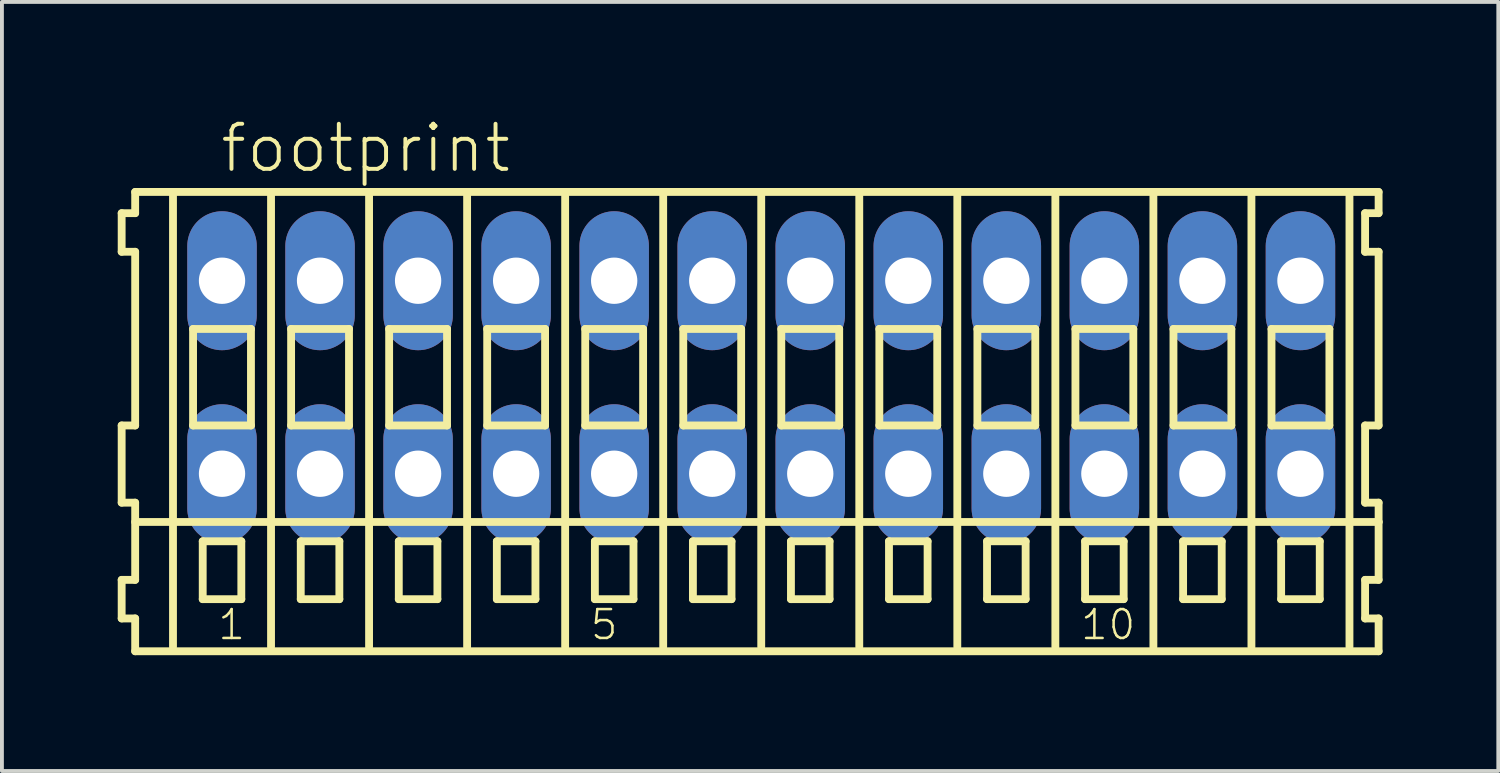
<source format=kicad_pcb>
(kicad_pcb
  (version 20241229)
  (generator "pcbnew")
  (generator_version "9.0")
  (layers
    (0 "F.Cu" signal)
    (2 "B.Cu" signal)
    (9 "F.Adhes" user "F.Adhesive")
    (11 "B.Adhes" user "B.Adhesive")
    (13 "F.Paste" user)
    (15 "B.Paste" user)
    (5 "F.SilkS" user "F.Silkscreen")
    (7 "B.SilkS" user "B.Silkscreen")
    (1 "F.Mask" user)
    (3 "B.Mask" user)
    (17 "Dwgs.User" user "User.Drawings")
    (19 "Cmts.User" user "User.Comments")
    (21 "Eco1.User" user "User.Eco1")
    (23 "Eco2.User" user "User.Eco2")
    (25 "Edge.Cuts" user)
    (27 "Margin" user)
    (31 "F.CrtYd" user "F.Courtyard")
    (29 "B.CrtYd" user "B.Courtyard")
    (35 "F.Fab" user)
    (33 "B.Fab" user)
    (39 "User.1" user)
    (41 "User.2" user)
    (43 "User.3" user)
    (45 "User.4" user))
  (footprint "footprint"
    (layer "F.Cu")
    (at 16.672 6.723)
    (property "Reference" "footprint" (at -14.07 -5.25 0) (layer "F.SilkS") (effects (font (size 1.168 1.168) (thickness 0.102)) (justify left bottom)))
    (fp_line (start -16.57 -4.25) (end -16.57 -3.25) (stroke (width 0.203) (type solid)) (layer "F.SilkS"))
    (fp_line (start -16.57 -3.25) (end -16.22 -3.25) (stroke (width 0.203) (type solid)) (layer "F.SilkS"))
    (fp_line (start -16.57 1.25) (end -16.57 3.25) (stroke (width 0.203) (type solid)) (layer "F.SilkS"))
    (fp_line (start -16.57 3.25) (end -16.22 3.25) (stroke (width 0.203) (type solid)) (layer "F.SilkS"))
    (fp_line (start -16.57 5.25) (end -16.57 6.25) (stroke (width 0.203) (type solid)) (layer "F.SilkS"))
    (fp_line (start -16.57 6.25) (end -16.22 6.25) (stroke (width 0.203) (type solid)) (layer "F.SilkS"))
    (fp_line (start -16.22 -4.8) (end -16.22 -4.25) (stroke (width 0.203) (type solid)) (layer "F.SilkS"))
    (fp_line (start -16.22 -4.25) (end -16.57 -4.25) (stroke (width 0.203) (type solid)) (layer "F.SilkS"))
    (fp_line (start -16.22 -3.25) (end -16.22 1.25) (stroke (width 0.203) (type solid)) (layer "F.SilkS"))
    (fp_line (start -16.22 1.25) (end -16.57 1.25) (stroke (width 0.203) (type solid)) (layer "F.SilkS"))
    (fp_line (start -16.22 3.25) (end -16.22 5.25) (stroke (width 0.203) (type solid)) (layer "F.SilkS"))
    (fp_line (start -16.22 3.75) (end 15.995 3.75) (stroke (width 0.203) (type solid)) (layer "F.SilkS"))
    (fp_line (start -16.22 5.25) (end -16.57 5.25) (stroke (width 0.203) (type solid)) (layer "F.SilkS"))
    (fp_line (start -16.22 6.25) (end -16.22 7.1) (stroke (width 0.203) (type solid)) (layer "F.SilkS"))
    (fp_line (start -16.22 7.1) (end 15.995 7.1) (stroke (width 0.203) (type solid)) (layer "F.SilkS"))
    (fp_line (start -15.24 6.985) (end -15.24 -4.699) (stroke (width 0.203) (type solid)) (layer "F.SilkS"))
    (fp_line (start -14.72 -1.25) (end -14.72 1.25) (stroke (width 0.203) (type solid)) (layer "F.SilkS"))
    (fp_line (start -14.72 1.25) (end -13.22 1.25) (stroke (width 0.203) (type solid)) (layer "F.SilkS"))
    (fp_line (start -14.47 4.25) (end -14.47 5.75) (stroke (width 0.203) (type solid)) (layer "F.SilkS"))
    (fp_line (start -14.47 5.75) (end -13.47 5.75) (stroke (width 0.203) (type solid)) (layer "F.SilkS"))
    (fp_line (start -13.47 4.25) (end -14.47 4.25) (stroke (width 0.203) (type solid)) (layer "F.SilkS"))
    (fp_line (start -13.47 5.75) (end -13.47 4.25) (stroke (width 0.203) (type solid)) (layer "F.SilkS"))
    (fp_line (start -13.22 -1.25) (end -14.72 -1.25) (stroke (width 0.203) (type solid)) (layer "F.SilkS"))
    (fp_line (start -13.22 1.25) (end -13.22 -1.25) (stroke (width 0.203) (type solid)) (layer "F.SilkS"))
    (fp_line (start -12.7 6.985) (end -12.7 -4.699) (stroke (width 0.203) (type solid)) (layer "F.SilkS"))
    (fp_line (start -12.18 -1.25) (end -12.18 1.25) (stroke (width 0.203) (type solid)) (layer "F.SilkS"))
    (fp_line (start -12.18 1.25) (end -10.68 1.25) (stroke (width 0.203) (type solid)) (layer "F.SilkS"))
    (fp_line (start -11.93 4.25) (end -11.93 5.75) (stroke (width 0.203) (type solid)) (layer "F.SilkS"))
    (fp_line (start -11.93 5.75) (end -10.93 5.75) (stroke (width 0.203) (type solid)) (layer "F.SilkS"))
    (fp_line (start -10.93 4.25) (end -11.93 4.25) (stroke (width 0.203) (type solid)) (layer "F.SilkS"))
    (fp_line (start -10.93 5.75) (end -10.93 4.25) (stroke (width 0.203) (type solid)) (layer "F.SilkS"))
    (fp_line (start -10.68 -1.25) (end -12.18 -1.25) (stroke (width 0.203) (type solid)) (layer "F.SilkS"))
    (fp_line (start -10.68 1.25) (end -10.68 -1.25) (stroke (width 0.203) (type solid)) (layer "F.SilkS"))
    (fp_line (start -10.16 6.985) (end -10.16 -4.699) (stroke (width 0.203) (type solid)) (layer "F.SilkS"))
    (fp_line (start -9.64 -1.25) (end -9.64 1.25) (stroke (width 0.203) (type solid)) (layer "F.SilkS"))
    (fp_line (start -9.64 1.25) (end -8.14 1.25) (stroke (width 0.203) (type solid)) (layer "F.SilkS"))
    (fp_line (start -9.39 4.25) (end -9.39 5.75) (stroke (width 0.203) (type solid)) (layer "F.SilkS"))
    (fp_line (start -9.39 5.75) (end -8.39 5.75) (stroke (width 0.203) (type solid)) (layer "F.SilkS"))
    (fp_line (start -8.39 4.25) (end -9.39 4.25) (stroke (width 0.203) (type solid)) (layer "F.SilkS"))
    (fp_line (start -8.39 5.75) (end -8.39 4.25) (stroke (width 0.203) (type solid)) (layer "F.SilkS"))
    (fp_line (start -8.14 -1.25) (end -9.64 -1.25) (stroke (width 0.203) (type solid)) (layer "F.SilkS"))
    (fp_line (start -8.14 1.25) (end -8.14 -1.25) (stroke (width 0.203) (type solid)) (layer "F.SilkS"))
    (fp_line (start -7.62 6.985) (end -7.62 -4.699) (stroke (width 0.203) (type solid)) (layer "F.SilkS"))
    (fp_line (start -7.1 -1.25) (end -7.1 1.25) (stroke (width 0.203) (type solid)) (layer "F.SilkS"))
    (fp_line (start -7.1 1.25) (end -5.6 1.25) (stroke (width 0.203) (type solid)) (layer "F.SilkS"))
    (fp_line (start -6.85 4.25) (end -6.85 5.75) (stroke (width 0.203) (type solid)) (layer "F.SilkS"))
    (fp_line (start -6.85 5.75) (end -5.85 5.75) (stroke (width 0.203) (type solid)) (layer "F.SilkS"))
    (fp_line (start -5.85 4.25) (end -6.85 4.25) (stroke (width 0.203) (type solid)) (layer "F.SilkS"))
    (fp_line (start -5.85 5.75) (end -5.85 4.25) (stroke (width 0.203) (type solid)) (layer "F.SilkS"))
    (fp_line (start -5.6 -1.25) (end -7.1 -1.25) (stroke (width 0.203) (type solid)) (layer "F.SilkS"))
    (fp_line (start -5.6 1.25) (end -5.6 -1.25) (stroke (width 0.203) (type solid)) (layer "F.SilkS"))
    (fp_line (start -5.08 6.985) (end -5.08 -4.699) (stroke (width 0.203) (type solid)) (layer "F.SilkS"))
    (fp_line (start -4.56 -1.25) (end -4.56 1.25) (stroke (width 0.203) (type solid)) (layer "F.SilkS"))
    (fp_line (start -4.56 1.25) (end -3.06 1.25) (stroke (width 0.203) (type solid)) (layer "F.SilkS"))
    (fp_line (start -4.31 4.25) (end -4.31 5.75) (stroke (width 0.203) (type solid)) (layer "F.SilkS"))
    (fp_line (start -4.31 5.75) (end -3.31 5.75) (stroke (width 0.203) (type solid)) (layer "F.SilkS"))
    (fp_line (start -3.31 4.25) (end -4.31 4.25) (stroke (width 0.203) (type solid)) (layer "F.SilkS"))
    (fp_line (start -3.31 5.75) (end -3.31 4.25) (stroke (width 0.203) (type solid)) (layer "F.SilkS"))
    (fp_line (start -3.06 -1.25) (end -4.56 -1.25) (stroke (width 0.203) (type solid)) (layer "F.SilkS"))
    (fp_line (start -3.06 1.25) (end -3.06 -1.25) (stroke (width 0.203) (type solid)) (layer "F.SilkS"))
    (fp_line (start -2.54 6.985) (end -2.54 -4.699) (stroke (width 0.203) (type solid)) (layer "F.SilkS"))
    (fp_line (start -2.02 -1.25) (end -2.02 1.25) (stroke (width 0.203) (type solid)) (layer "F.SilkS"))
    (fp_line (start -2.02 1.25) (end -0.52 1.25) (stroke (width 0.203) (type solid)) (layer "F.SilkS"))
    (fp_line (start -1.77 4.25) (end -1.77 5.75) (stroke (width 0.203) (type solid)) (layer "F.SilkS"))
    (fp_line (start -1.77 5.75) (end -0.77 5.75) (stroke (width 0.203) (type solid)) (layer "F.SilkS"))
    (fp_line (start -0.77 4.25) (end -1.77 4.25) (stroke (width 0.203) (type solid)) (layer "F.SilkS"))
    (fp_line (start -0.77 5.75) (end -0.77 4.25) (stroke (width 0.203) (type solid)) (layer "F.SilkS"))
    (fp_line (start -0.52 -1.25) (end -2.02 -1.25) (stroke (width 0.203) (type solid)) (layer "F.SilkS"))
    (fp_line (start -0.52 1.25) (end -0.52 -1.25) (stroke (width 0.203) (type solid)) (layer "F.SilkS"))
    (fp_line (start 0 6.985) (end 0 -4.699) (stroke (width 0.203) (type solid)) (layer "F.SilkS"))
    (fp_line (start 0.52 -1.25) (end 0.52 1.25) (stroke (width 0.203) (type solid)) (layer "F.SilkS"))
    (fp_line (start 0.52 1.25) (end 2.02 1.25) (stroke (width 0.203) (type solid)) (layer "F.SilkS"))
    (fp_line (start 0.77 4.25) (end 0.77 5.75) (stroke (width 0.203) (type solid)) (layer "F.SilkS"))
    (fp_line (start 0.77 5.75) (end 1.77 5.75) (stroke (width 0.203) (type solid)) (layer "F.SilkS"))
    (fp_line (start 1.77 4.25) (end 0.77 4.25) (stroke (width 0.203) (type solid)) (layer "F.SilkS"))
    (fp_line (start 1.77 5.75) (end 1.77 4.25) (stroke (width 0.203) (type solid)) (layer "F.SilkS"))
    (fp_line (start 2.02 -1.25) (end 0.52 -1.25) (stroke (width 0.203) (type solid)) (layer "F.SilkS"))
    (fp_line (start 2.02 1.25) (end 2.02 -1.25) (stroke (width 0.203) (type solid)) (layer "F.SilkS"))
    (fp_line (start 2.54 6.985) (end 2.54 -4.699) (stroke (width 0.203) (type solid)) (layer "F.SilkS"))
    (fp_line (start 3.06 -1.25) (end 3.06 1.25) (stroke (width 0.203) (type solid)) (layer "F.SilkS"))
    (fp_line (start 3.06 1.25) (end 4.56 1.25) (stroke (width 0.203) (type solid)) (layer "F.SilkS"))
    (fp_line (start 3.31 4.25) (end 3.31 5.75) (stroke (width 0.203) (type solid)) (layer "F.SilkS"))
    (fp_line (start 3.31 5.75) (end 4.31 5.75) (stroke (width 0.203) (type solid)) (layer "F.SilkS"))
    (fp_line (start 4.31 4.25) (end 3.31 4.25) (stroke (width 0.203) (type solid)) (layer "F.SilkS"))
    (fp_line (start 4.31 5.75) (end 4.31 4.25) (stroke (width 0.203) (type solid)) (layer "F.SilkS"))
    (fp_line (start 4.56 -1.25) (end 3.06 -1.25) (stroke (width 0.203) (type solid)) (layer "F.SilkS"))
    (fp_line (start 4.56 1.25) (end 4.56 -1.25) (stroke (width 0.203) (type solid)) (layer "F.SilkS"))
    (fp_line (start 5.08 6.985) (end 5.08 -4.699) (stroke (width 0.203) (type solid)) (layer "F.SilkS"))
    (fp_line (start 5.6 -1.25) (end 5.6 1.25) (stroke (width 0.203) (type solid)) (layer "F.SilkS"))
    (fp_line (start 5.6 1.25) (end 7.1 1.25) (stroke (width 0.203) (type solid)) (layer "F.SilkS"))
    (fp_line (start 5.85 4.25) (end 5.85 5.75) (stroke (width 0.203) (type solid)) (layer "F.SilkS"))
    (fp_line (start 5.85 5.75) (end 6.85 5.75) (stroke (width 0.203) (type solid)) (layer "F.SilkS"))
    (fp_line (start 6.85 4.25) (end 5.85 4.25) (stroke (width 0.203) (type solid)) (layer "F.SilkS"))
    (fp_line (start 6.85 5.75) (end 6.85 4.25) (stroke (width 0.203) (type solid)) (layer "F.SilkS"))
    (fp_line (start 7.1 -1.25) (end 5.6 -1.25) (stroke (width 0.203) (type solid)) (layer "F.SilkS"))
    (fp_line (start 7.1 1.25) (end 7.1 -1.25) (stroke (width 0.203) (type solid)) (layer "F.SilkS"))
    (fp_line (start 7.62 6.985) (end 7.62 -4.699) (stroke (width 0.203) (type solid)) (layer "F.SilkS"))
    (fp_line (start 8.14 -1.25) (end 8.14 1.25) (stroke (width 0.203) (type solid)) (layer "F.SilkS"))
    (fp_line (start 8.14 1.25) (end 9.64 1.25) (stroke (width 0.203) (type solid)) (layer "F.SilkS"))
    (fp_line (start 8.39 4.25) (end 8.39 5.75) (stroke (width 0.203) (type solid)) (layer "F.SilkS"))
    (fp_line (start 8.39 5.75) (end 9.39 5.75) (stroke (width 0.203) (type solid)) (layer "F.SilkS"))
    (fp_line (start 9.39 4.25) (end 8.39 4.25) (stroke (width 0.203) (type solid)) (layer "F.SilkS"))
    (fp_line (start 9.39 5.75) (end 9.39 4.25) (stroke (width 0.203) (type solid)) (layer "F.SilkS"))
    (fp_line (start 9.64 -1.25) (end 8.14 -1.25) (stroke (width 0.203) (type solid)) (layer "F.SilkS"))
    (fp_line (start 9.64 1.25) (end 9.64 -1.25) (stroke (width 0.203) (type solid)) (layer "F.SilkS"))
    (fp_line (start 10.16 6.985) (end 10.16 -4.699) (stroke (width 0.203) (type solid)) (layer "F.SilkS"))
    (fp_line (start 10.68 -1.25) (end 10.68 1.25) (stroke (width 0.203) (type solid)) (layer "F.SilkS"))
    (fp_line (start 10.68 1.25) (end 12.18 1.25) (stroke (width 0.203) (type solid)) (layer "F.SilkS"))
    (fp_line (start 10.93 4.25) (end 10.93 5.75) (stroke (width 0.203) (type solid)) (layer "F.SilkS"))
    (fp_line (start 10.93 5.75) (end 11.93 5.75) (stroke (width 0.203) (type solid)) (layer "F.SilkS"))
    (fp_line (start 11.93 4.25) (end 10.93 4.25) (stroke (width 0.203) (type solid)) (layer "F.SilkS"))
    (fp_line (start 11.93 5.75) (end 11.93 4.25) (stroke (width 0.203) (type solid)) (layer "F.SilkS"))
    (fp_line (start 12.18 -1.25) (end 10.68 -1.25) (stroke (width 0.203) (type solid)) (layer "F.SilkS"))
    (fp_line (start 12.18 1.25) (end 12.18 -1.25) (stroke (width 0.203) (type solid)) (layer "F.SilkS"))
    (fp_line (start 12.7 6.985) (end 12.7 -4.699) (stroke (width 0.203) (type solid)) (layer "F.SilkS"))
    (fp_line (start 13.22 -1.25) (end 13.22 1.25) (stroke (width 0.203) (type solid)) (layer "F.SilkS"))
    (fp_line (start 13.22 1.25) (end 14.72 1.25) (stroke (width 0.203) (type solid)) (layer "F.SilkS"))
    (fp_line (start 13.47 4.25) (end 13.47 5.75) (stroke (width 0.203) (type solid)) (layer "F.SilkS"))
    (fp_line (start 13.47 5.75) (end 14.47 5.75) (stroke (width 0.203) (type solid)) (layer "F.SilkS"))
    (fp_line (start 14.47 4.25) (end 13.47 4.25) (stroke (width 0.203) (type solid)) (layer "F.SilkS"))
    (fp_line (start 14.47 5.75) (end 14.47 4.25) (stroke (width 0.203) (type solid)) (layer "F.SilkS"))
    (fp_line (start 14.72 -1.25) (end 13.22 -1.25) (stroke (width 0.203) (type solid)) (layer "F.SilkS"))
    (fp_line (start 14.72 1.25) (end 14.72 -1.25) (stroke (width 0.203) (type solid)) (layer "F.SilkS"))
    (fp_line (start 15.24 6.985) (end 15.24 -4.699) (stroke (width 0.203) (type solid)) (layer "F.SilkS"))
    (fp_line (start 15.645 -4.25) (end 15.645 -3.25) (stroke (width 0.203) (type solid)) (layer "F.SilkS"))
    (fp_line (start 15.645 -3.25) (end 15.995 -3.25) (stroke (width 0.203) (type solid)) (layer "F.SilkS"))
    (fp_line (start 15.645 1.25) (end 15.645 3.25) (stroke (width 0.203) (type solid)) (layer "F.SilkS"))
    (fp_line (start 15.645 3.25) (end 15.995 3.25) (stroke (width 0.203) (type solid)) (layer "F.SilkS"))
    (fp_line (start 15.645 5.25) (end 15.645 6.25) (stroke (width 0.203) (type solid)) (layer "F.SilkS"))
    (fp_line (start 15.645 6.25) (end 15.995 6.25) (stroke (width 0.203) (type solid)) (layer "F.SilkS"))
    (fp_line (start 15.995 -4.8) (end -16.22 -4.8) (stroke (width 0.203) (type solid)) (layer "F.SilkS"))
    (fp_line (start 15.995 -4.25) (end 15.645 -4.25) (stroke (width 0.203) (type solid)) (layer "F.SilkS"))
    (fp_line (start 15.995 -4.25) (end 15.995 -4.8) (stroke (width 0.203) (type solid)) (layer "F.SilkS"))
    (fp_line (start 15.995 1.25) (end 15.645 1.25) (stroke (width 0.203) (type solid)) (layer "F.SilkS"))
    (fp_line (start 15.995 1.25) (end 15.995 -3.25) (stroke (width 0.203) (type solid)) (layer "F.SilkS"))
    (fp_line (start 15.995 3.75) (end 15.995 3.25) (stroke (width 0.203) (type solid)) (layer "F.SilkS"))
    (fp_line (start 15.995 5.25) (end 15.645 5.25) (stroke (width 0.203) (type solid)) (layer "F.SilkS"))
    (fp_line (start 15.995 5.25) (end 15.995 3.75) (stroke (width 0.203) (type solid)) (layer "F.SilkS"))
    (fp_line (start 15.995 7.1) (end 15.995 6.25) (stroke (width 0.203) (type solid)) (layer "F.SilkS"))
    (fp_text user "1" (at -14.12 6.85 0) (layer "F.SilkS") (effects (font (size 0.748 0.748) (thickness 0.065)) (justify left bottom)))
    (fp_text user "5" (at -4.468 6.85 0) (layer "F.SilkS") (effects (font (size 0.748 0.748) (thickness 0.065)) (justify left bottom)))
    (fp_text user "10" (at 8.232 6.85 0) (layer "F.SilkS") (effects (font (size 0.748 0.748) (thickness 0.065)) (justify left bottom)))
    (pad "A1" thru_hole oval (at -13.97 -2.5 90) (size 3.6 1.8) (drill 1.2) (layers "*.Cu" "*.Mask"))
    (pad "A2" thru_hole oval (at -11.43 -2.5 90) (size 3.6 1.8) (drill 1.2) (layers "*.Cu" "*.Mask"))
    (pad "A3" thru_hole oval (at -8.89 -2.5 90) (size 3.6 1.8) (drill 1.2) (layers "*.Cu" "*.Mask"))
    (pad "A4" thru_hole oval (at -6.35 -2.5 90) (size 3.6 1.8) (drill 1.2) (layers "*.Cu" "*.Mask"))
    (pad "A5" thru_hole oval (at -3.81 -2.5 90) (size 3.6 1.8) (drill 1.2) (layers "*.Cu" "*.Mask"))
    (pad "A6" thru_hole oval (at -1.27 -2.5 90) (size 3.6 1.8) (drill 1.2) (layers "*.Cu" "*.Mask"))
    (pad "A7" thru_hole oval (at 1.27 -2.5 90) (size 3.6 1.8) (drill 1.2) (layers "*.Cu" "*.Mask"))
    (pad "A8" thru_hole oval (at 3.81 -2.5 90) (size 3.6 1.8) (drill 1.2) (layers "*.Cu" "*.Mask"))
    (pad "A9" thru_hole oval (at 6.35 -2.5 90) (size 3.6 1.8) (drill 1.2) (layers "*.Cu" "*.Mask"))
    (pad "A10" thru_hole oval (at 8.89 -2.5 90) (size 3.6 1.8) (drill 1.2) (layers "*.Cu" "*.Mask"))
    (pad "A11" thru_hole oval (at 11.43 -2.5 90) (size 3.6 1.8) (drill 1.2) (layers "*.Cu" "*.Mask"))
    (pad "A12" thru_hole oval (at 13.97 -2.5 90) (size 3.6 1.8) (drill 1.2) (layers "*.Cu" "*.Mask"))
    (pad "B1" thru_hole oval (at -13.97 2.5 90) (size 3.6 1.8) (drill 1.2) (layers "*.Cu" "*.Mask"))
    (pad "B2" thru_hole oval (at -11.43 2.5 90) (size 3.6 1.8) (drill 1.2) (layers "*.Cu" "*.Mask"))
    (pad "B3" thru_hole oval (at -8.89 2.5 90) (size 3.6 1.8) (drill 1.2) (layers "*.Cu" "*.Mask"))
    (pad "B4" thru_hole oval (at -6.35 2.5 90) (size 3.6 1.8) (drill 1.2) (layers "*.Cu" "*.Mask"))
    (pad "B5" thru_hole oval (at -3.81 2.5 90) (size 3.6 1.8) (drill 1.2) (layers "*.Cu" "*.Mask"))
    (pad "B6" thru_hole oval (at -1.27 2.5 90) (size 3.6 1.8) (drill 1.2) (layers "*.Cu" "*.Mask"))
    (pad "B7" thru_hole oval (at 1.27 2.5 90) (size 3.6 1.8) (drill 1.2) (layers "*.Cu" "*.Mask"))
    (pad "B8" thru_hole oval (at 3.81 2.5 90) (size 3.6 1.8) (drill 1.2) (layers "*.Cu" "*.Mask"))
    (pad "B9" thru_hole oval (at 6.35 2.5 90) (size 3.6 1.8) (drill 1.2) (layers "*.Cu" "*.Mask"))
    (pad "B10" thru_hole oval (at 8.89 2.5 90) (size 3.6 1.8) (drill 1.2) (layers "*.Cu" "*.Mask"))
    (pad "B11" thru_hole oval (at 11.43 2.5 90) (size 3.6 1.8) (drill 1.2) (layers "*.Cu" "*.Mask"))
    (pad "B12" thru_hole oval (at 13.97 2.5 90) (size 3.6 1.8) (drill 1.2) (layers "*.Cu" "*.Mask")))
  (gr_rect
    (start -3 -3)
    (end 35.768 16.925)
    (stroke (width 0.1) (type default))
    (fill no)
    (layer "Edge.Cuts")))
</source>
